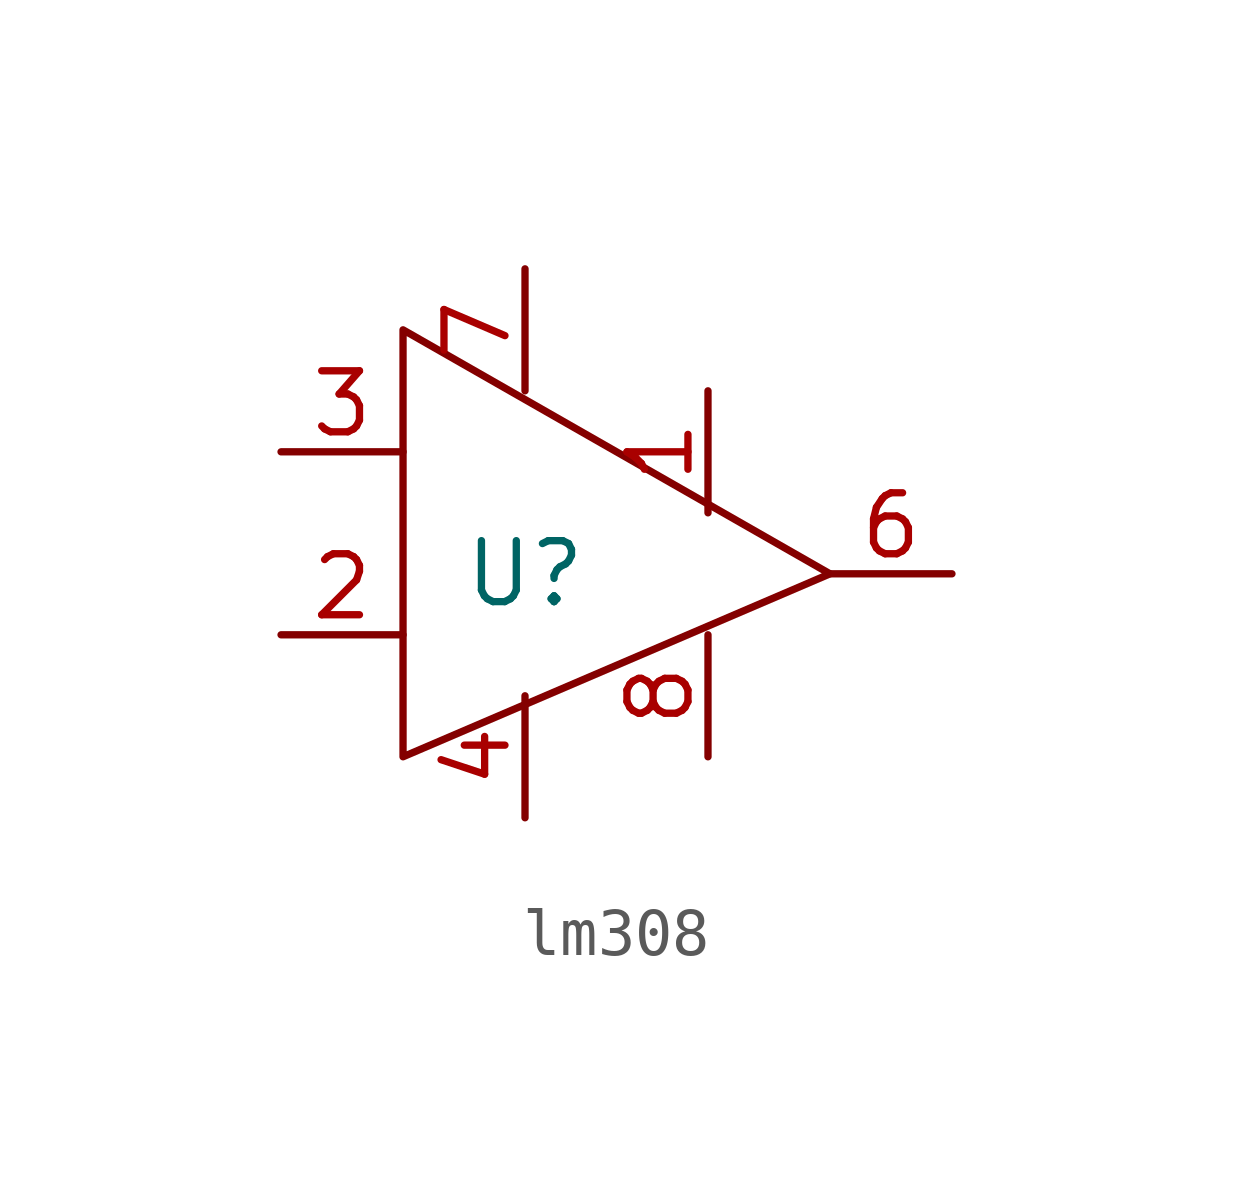
<source format=kicad_sym>
(kicad_symbol_lib
  (version 20220914)
  (generator kicad_symbol_editor)
  (symbol "lm308"
    (property "Reference" "U"
      (at 1.27 -1.27 0)
      (effects (font (size 1.27 1.27))))
    (property "Value" ""
      (at 0 0 0)
      (effects (font (size 1.27 1.27))))
    (symbol "lm308_0_0"
      (pin unspecified line (at 5.08 2.54 270) (length 2.54) (name "" (effects (font (size 1.27 1.27)))) (number "1" (effects (font (size 1.27 1.27)))))
      (pin unspecified line (at -3.81 -2.54 0) (length 2.54) (name "" (effects (font (size 1.27 1.27)))) (number "2" (effects (font (size 1.27 1.27)))))
      (pin unspecified line (at -3.81 1.27 0) (length 2.54) (name "" (effects (font (size 1.27 1.27)))) (number "3" (effects (font (size 1.27 1.27)))))
      (pin unspecified line (at 1.27 -6.35 90) (length 2.54) (name "" (effects (font (size 1.27 1.27)))) (number "4" (effects (font (size 1.27 1.27)))))
      (pin unspecified line (at 10.16 -1.27 180) (length 2.54) (name "" (effects (font (size 1.27 1.27)))) (number "6" (effects (font (size 1.27 1.27)))))
      (pin unspecified line (at 1.27 5.08 270) (length 2.54) (name "" (effects (font (size 1.27 1.27)))) (number "7" (effects (font (size 1.27 1.27)))))
      (pin unspecified line (at 5.08 -5.08 90) (length 2.54) (name "" (effects (font (size 1.27 1.27)))) (number "8" (effects (font (size 1.27 1.27))))))
    (symbol "lm308_0_1"
      (polyline (pts (xy -1.27 3.81) (xy 7.62 -1.27) (xy -1.27 -5.08) (xy -1.27 3.81)) (stroke (width 0) (type default)) (fill (type none))))))
</source>
